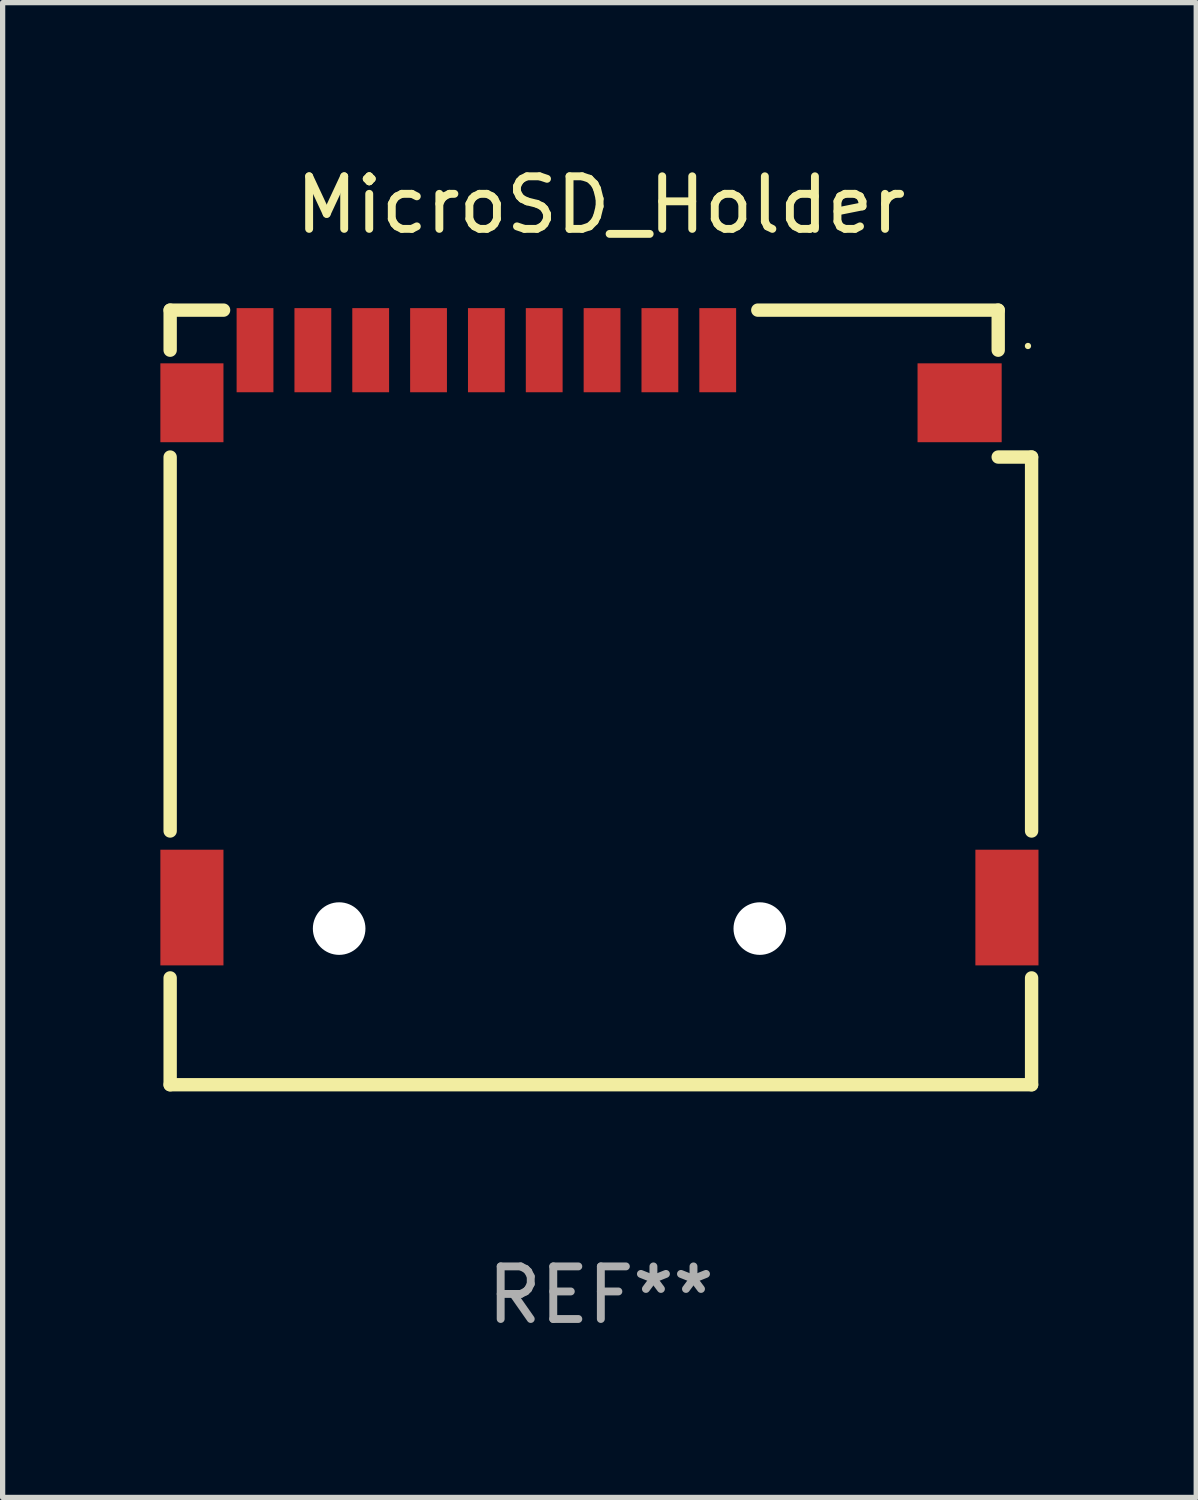
<source format=kicad_pcb>
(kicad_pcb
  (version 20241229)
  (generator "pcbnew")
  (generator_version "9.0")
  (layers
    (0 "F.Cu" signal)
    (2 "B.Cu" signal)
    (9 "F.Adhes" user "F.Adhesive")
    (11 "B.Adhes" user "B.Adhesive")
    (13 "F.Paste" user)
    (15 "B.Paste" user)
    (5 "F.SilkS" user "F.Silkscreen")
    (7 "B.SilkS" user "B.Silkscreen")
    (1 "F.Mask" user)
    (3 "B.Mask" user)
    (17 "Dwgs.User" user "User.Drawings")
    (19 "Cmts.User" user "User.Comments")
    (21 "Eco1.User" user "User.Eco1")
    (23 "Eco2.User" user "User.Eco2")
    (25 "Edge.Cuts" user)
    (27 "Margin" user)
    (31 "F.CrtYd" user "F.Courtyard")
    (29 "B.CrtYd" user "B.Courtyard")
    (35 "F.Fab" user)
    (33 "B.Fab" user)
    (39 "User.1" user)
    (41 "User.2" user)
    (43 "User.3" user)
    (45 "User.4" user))
  (footprint "MicroSD_Holder"
    (layer "F.Cu")
    (at 8.35 8.91)
    (property "Reference" "MicroSD_Holder" (at 0.027 -8.062 0) (layer "F.SilkS") (effects (font (size 1 1) (thickness 0.15))))
    (attr through_hole)
    (fp_line (start -8.164 -6.062) (end -7.148 -6.062) (stroke (width 0.254) (type solid)) (layer "F.SilkS"))
    (fp_line (start -8.164 -5.3) (end -8.164 -6.062) (stroke (width 0.254) (type solid)) (layer "F.SilkS"))
    (fp_line (start -8.164 -3.268) (end -8.164 3.844) (stroke (width 0.254) (type solid)) (layer "F.SilkS"))
    (fp_line (start -8.164 6.638) (end -8.164 8.67) (stroke (width 0.254) (type solid)) (layer "F.SilkS"))
    (fp_line (start -8.164 8.67) (end 8.219 8.67) (stroke (width 0.254) (type solid)) (layer "F.SilkS"))
    (fp_line (start 3.012 -6.062) (end 7.584 -6.062) (stroke (width 0.254) (type solid)) (layer "F.SilkS"))
    (fp_line (start 7.584 -6.062) (end 7.584 -5.3) (stroke (width 0.254) (type solid)) (layer "F.SilkS"))
    (fp_line (start 8.219 -3.268) (end 7.584 -3.268) (stroke (width 0.254) (type solid)) (layer "F.SilkS"))
    (fp_line (start 8.219 3.844) (end 8.219 -3.268) (stroke (width 0.254) (type solid)) (layer "F.SilkS"))
    (fp_line (start 8.219 8.67) (end 8.219 6.638) (stroke (width 0.254) (type solid)) (layer "F.SilkS"))
    (fp_circle (center 8.15 -5.38) (end 8.18 -5.38) (stroke (width 0.06) (type solid)) (fill no) (layer "F.SilkS"))
    (fp_text user "REF**" (at 0.027 12.67 0) (layer "F.Fab") (effects (font (size 1 1) (thickness 0.15))))
    (pad "" np_thru_hole circle (at -4.95 5.7) (size 1 1) (drill 1) (layers "*.Cu" "*.Mask"))
    (pad "" np_thru_hole circle (at 3.05 5.7) (size 1 1) (drill 1) (layers "*.Cu" "*.Mask"))
    (pad "1" smd rect (at 2.25 -5.3) (size 0.7 1.6) (layers "F.Cu" "F.Mask" "F.Paste"))
    (pad "2" smd rect (at 1.15 -5.3) (size 0.7 1.6) (layers "F.Cu" "F.Mask" "F.Paste"))
    (pad "3" smd rect (at 0.05 -5.3) (size 0.7 1.6) (layers "F.Cu" "F.Mask" "F.Paste"))
    (pad "4" smd rect (at -1.05 -5.3) (size 0.7 1.6) (layers "F.Cu" "F.Mask" "F.Paste"))
    (pad "5" smd rect (at -2.15 -5.3) (size 0.7 1.6) (layers "F.Cu" "F.Mask" "F.Paste"))
    (pad "6" smd rect (at -3.25 -5.3) (size 0.7 1.6) (layers "F.Cu" "F.Mask" "F.Paste"))
    (pad "7" smd rect (at -4.35 -5.3) (size 0.7 1.6) (layers "F.Cu" "F.Mask" "F.Paste"))
    (pad "8" smd rect (at -5.45 -5.3) (size 0.7 1.6) (layers "F.Cu" "F.Mask" "F.Paste"))
    (pad "9" smd rect (at -6.55 -5.3) (size 0.7 1.6) (layers "F.Cu" "F.Mask" "F.Paste"))
    (pad "10" smd rect (at -7.75 -4.3) (size 1.2 1.5) (layers "F.Cu" "F.Mask" "F.Paste"))
    (pad "11" smd rect (at -7.75 5.3) (size 1.2 2.2) (layers "F.Cu" "F.Mask" "F.Paste"))
    (pad "12" smd rect (at 6.85 -4.3) (size 1.6 1.5) (layers "F.Cu" "F.Mask" "F.Paste"))
    (pad "13" smd rect (at 7.75 5.3) (size 1.2 2.2) (layers "F.Cu" "F.Mask" "F.Paste")))
  (gr_rect
    (start -3 -3)
    (end 19.7 25.429)
    (stroke (width 0.1) (type default))
    (fill no)
    (layer "Edge.Cuts")))
</source>
